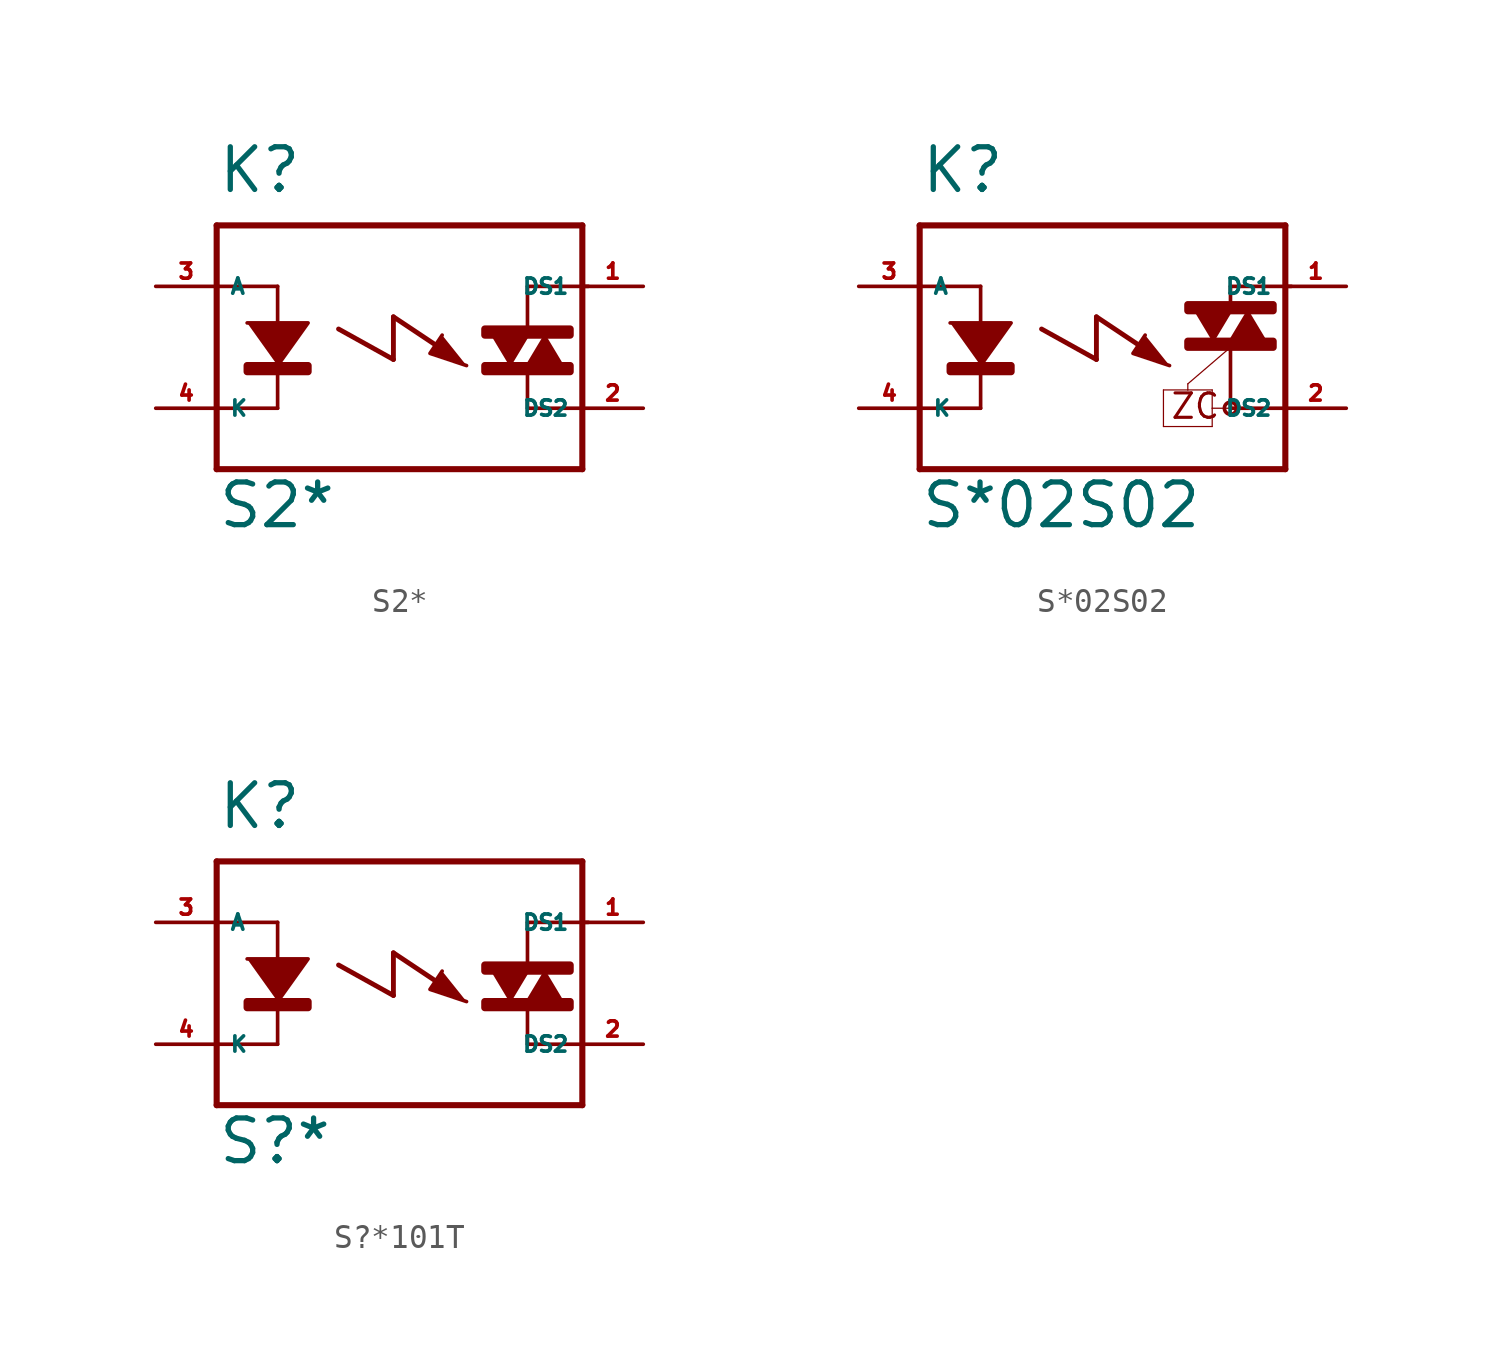
<source format=kicad_sym>
(kicad_symbol_lib
  (version 20220914)
  (generator Eagle2Kicad)
  (symbol "S2*"
    (property "Reference" "K"
      (at -7.62 6.35 0)
      (effects (font (size 1.778 1.778) (thickness 0.22)) (justify left bottom)))
    (property "Value" "S2*"
      (at -7.62 -7.62 0)
      (effects (font (size 1.778 1.778) (thickness 0.22)) (justify left bottom)))
    (polyline
      (pts (xy -6.35 1.016) (xy -3.81 1.016) (xy -5.08 -0.762))
      (stroke (width 0.152) (type default))
      (fill (type outline)))
    (polyline
      (pts (xy 6.096 0.508) (xy 5.334 -0.762) (xy 6.858 -0.762))
      (stroke (width 0.152) (type default))
      (fill (type outline)))
    (polyline
      (pts (xy 1.778 0.508) (xy 1.27 -0.254) (xy 2.794 -0.762))
      (stroke (width 0.152) (type default))
      (fill (type outline)))
    (polyline
      (pts (xy 4.572 -0.762) (xy 5.334 0.508) (xy 3.81 0.508))
      (stroke (width 0.152) (type default))
      (fill (type outline)))
    (polyline
      (pts (xy -5.08 2.54) (xy -5.08 -2.54))
      (stroke (width 0.152) (type default))
      (fill (type none)))
    (polyline
      (pts (xy -7.62 5.08) (xy -7.62 2.54))
      (stroke (width 0.254) (type default))
      (fill (type none)))
    (polyline
      (pts (xy -7.62 2.54) (xy -7.62 -2.54))
      (stroke (width 0.254) (type default))
      (fill (type none)))
    (polyline
      (pts (xy -7.62 -2.54) (xy -7.62 -5.08))
      (stroke (width 0.254) (type default))
      (fill (type none)))
    (polyline
      (pts (xy -7.62 -5.08) (xy 7.62 -5.08))
      (stroke (width 0.254) (type default))
      (fill (type none)))
    (polyline
      (pts (xy 5.334 2.54) (xy 7.874 2.54))
      (stroke (width 0.152) (type default))
      (fill (type none)))
    (polyline
      (pts (xy 5.334 -2.54) (xy 7.62 -2.54))
      (stroke (width 0.152) (type default))
      (fill (type none)))
    (polyline
      (pts (xy 7.62 -5.08) (xy 7.62 5.08))
      (stroke (width 0.254) (type default))
      (fill (type none)))
    (polyline
      (pts (xy 7.62 5.08) (xy -7.62 5.08))
      (stroke (width 0.254) (type default))
      (fill (type none)))
    (polyline
      (pts (xy 5.334 2.54) (xy 5.334 0.762))
      (stroke (width 0.152) (type default))
      (fill (type none)))
    (polyline
      (pts (xy 5.334 -1.016) (xy 5.334 -2.54))
      (stroke (width 0.152) (type default))
      (fill (type none)))
    (polyline
      (pts (xy -5.08 2.54) (xy -7.62 2.54))
      (stroke (width 0.152) (type default))
      (fill (type none)))
    (polyline
      (pts (xy -5.08 -2.54) (xy -7.62 -2.54))
      (stroke (width 0.152) (type default))
      (fill (type none)))
    (polyline
      (pts (xy -2.54 0.762) (xy -0.254 -0.508))
      (stroke (width 0.203) (type default))
      (fill (type none)))
    (polyline
      (pts (xy -0.254 -0.508) (xy -0.254 1.27))
      (stroke (width 0.203) (type default))
      (fill (type none)))
    (polyline
      (pts (xy -0.254 1.27) (xy 1.651 0))
      (stroke (width 0.203) (type default))
      (fill (type none)))
    (rectangle
      (start -6.35 -1.016)
      (end -3.81 -0.762)
      (stroke (width 0.3) (type default))
      (fill (type outline)))
    (rectangle
      (start 3.556 0.508)
      (end 7.112 0.762)
      (stroke (width 0.3) (type default))
      (fill (type outline)))
    (rectangle
      (start 3.556 -1.016)
      (end 7.112 -0.762)
      (stroke (width 0.3) (type default))
      (fill (type outline)))
    (pin passive line
      (at -10.16 2.54 0)
      (length 2.54)
      (name "A" (effects (font (size 0.635 0.635) (thickness 0.08)) (justify left bottom)))
      (number "3" (effects (font (size 0.635 0.635) (thickness 0.08)) (justify left bottom))))
    (pin passive line
      (at -10.16 -2.54 0)
      (length 2.54)
      (name "K" (effects (font (size 0.635 0.635) (thickness 0.08)) (justify left bottom)))
      (number "4" (effects (font (size 0.635 0.635) (thickness 0.08)) (justify left bottom))))
    (pin passive line
      (at 10.16 2.54 180)
      (length 2.54)
      (name "DS1" (effects (font (size 0.635 0.635) (thickness 0.08)) (justify left bottom)))
      (number "1" (effects (font (size 0.635 0.635) (thickness 0.08)) (justify left bottom))))
    (pin passive line
      (at 10.16 -2.54 180)
      (length 2.54)
      (name "DS2" (effects (font (size 0.635 0.635) (thickness 0.08)) (justify left bottom)))
      (number "2" (effects (font (size 0.635 0.635) (thickness 0.08)) (justify left bottom)))))
  (symbol "S*02S02"
    (property "Reference" "K"
      (at -7.62 6.35 0)
      (effects (font (size 1.778 1.778) (thickness 0.22)) (justify left bottom)))
    (property "Value" "S*02S02"
      (at -7.62 -7.62 0)
      (effects (font (size 1.778 1.778) (thickness 0.22)) (justify left bottom)))
    (polyline
      (pts (xy -6.35 1.016) (xy -3.81 1.016) (xy -5.08 -0.762))
      (stroke (width 0.152) (type default))
      (fill (type outline)))
    (polyline
      (pts (xy 6.096 1.524) (xy 5.334 0.254) (xy 6.858 0.254))
      (stroke (width 0.152) (type default))
      (fill (type outline)))
    (polyline
      (pts (xy 1.778 0.508) (xy 1.27 -0.254) (xy 2.794 -0.762))
      (stroke (width 0.152) (type default))
      (fill (type outline)))
    (polyline
      (pts (xy 4.572 0.254) (xy 5.334 1.524) (xy 3.81 1.524))
      (stroke (width 0.152) (type default))
      (fill (type outline)))
    (polyline
      (pts (xy -5.08 2.54) (xy -5.08 -2.54))
      (stroke (width 0.152) (type default))
      (fill (type none)))
    (polyline
      (pts (xy -7.62 5.08) (xy -7.62 2.54))
      (stroke (width 0.254) (type default))
      (fill (type none)))
    (polyline
      (pts (xy -7.62 2.54) (xy -7.62 -2.54))
      (stroke (width 0.254) (type default))
      (fill (type none)))
    (polyline
      (pts (xy -7.62 -2.54) (xy -7.62 -5.08))
      (stroke (width 0.254) (type default))
      (fill (type none)))
    (polyline
      (pts (xy -7.62 -5.08) (xy 7.62 -5.08))
      (stroke (width 0.254) (type default))
      (fill (type none)))
    (polyline
      (pts (xy 5.334 2.54) (xy 7.874 2.54))
      (stroke (width 0.152) (type default))
      (fill (type none)))
    (polyline
      (pts (xy 5.334 -2.54) (xy 7.62 -2.54))
      (stroke (width 0.152) (type default))
      (fill (type none)))
    (polyline
      (pts (xy 7.62 -5.08) (xy 7.62 5.08))
      (stroke (width 0.254) (type default))
      (fill (type none)))
    (polyline
      (pts (xy 7.62 5.08) (xy -7.62 5.08))
      (stroke (width 0.254) (type default))
      (fill (type none)))
    (polyline
      (pts (xy 5.334 2.54) (xy 5.334 1.778))
      (stroke (width 0.152) (type default))
      (fill (type none)))
    (polyline
      (pts (xy 5.334 0) (xy 5.334 -2.54))
      (stroke (width 0.152) (type default))
      (fill (type none)))
    (polyline
      (pts (xy -5.08 2.54) (xy -7.62 2.54))
      (stroke (width 0.152) (type default))
      (fill (type none)))
    (polyline
      (pts (xy -5.08 -2.54) (xy -7.62 -2.54))
      (stroke (width 0.152) (type default))
      (fill (type none)))
    (polyline
      (pts (xy -2.54 0.762) (xy -0.254 -0.508))
      (stroke (width 0.203) (type default))
      (fill (type none)))
    (polyline
      (pts (xy -0.254 -0.508) (xy -0.254 1.27))
      (stroke (width 0.203) (type default))
      (fill (type none)))
    (polyline
      (pts (xy -0.254 1.27) (xy 1.651 0))
      (stroke (width 0.203) (type default))
      (fill (type none)))
    (polyline
      (pts (xy 5.334 0) (xy 3.556 -1.524))
      (stroke (width 0.051) (type default))
      (fill (type none)))
    (polyline
      (pts (xy 3.556 -1.524) (xy 3.556 -1.778))
      (stroke (width 0.051) (type default))
      (fill (type none)))
    (polyline
      (pts (xy 3.556 -1.778) (xy 2.54 -1.778))
      (stroke (width 0.051) (type default))
      (fill (type none)))
    (polyline
      (pts (xy 2.54 -1.778) (xy 2.54 -3.302))
      (stroke (width 0.051) (type default))
      (fill (type none)))
    (polyline
      (pts (xy 2.54 -3.302) (xy 4.572 -3.302))
      (stroke (width 0.051) (type default))
      (fill (type none)))
    (polyline
      (pts (xy 4.572 -3.302) (xy 4.572 -2.54))
      (stroke (width 0.051) (type default))
      (fill (type none)))
    (polyline
      (pts (xy 4.572 -2.54) (xy 4.572 -1.778))
      (stroke (width 0.051) (type default))
      (fill (type none)))
    (polyline
      (pts (xy 4.572 -1.778) (xy 3.556 -1.778))
      (stroke (width 0.051) (type default))
      (fill (type none)))
    (polyline
      (pts (xy 4.572 -2.54) (xy 5.334 -2.54))
      (stroke (width 0.051) (type default))
      (fill (type none)))
    (text "ZC"
      (at 2.794 -3.048 0)
      (effects (font (size 1.016 1.016) (thickness 0.13)) (justify left bottom)))
    (circle
      (center 5.334 -2.54)
      (radius 0.254)
      (stroke (width 0) (type default))
      (fill (type none)))
    (rectangle
      (start -6.35 -1.016)
      (end -3.81 -0.762)
      (stroke (width 0.3) (type default))
      (fill (type outline)))
    (rectangle
      (start 3.556 1.524)
      (end 7.112 1.778)
      (stroke (width 0.3) (type default))
      (fill (type outline)))
    (rectangle
      (start 3.556 0)
      (end 7.112 0.254)
      (stroke (width 0.3) (type default))
      (fill (type outline)))
    (pin passive line
      (at -10.16 2.54 0)
      (length 2.54)
      (name "A" (effects (font (size 0.635 0.635) (thickness 0.08)) (justify left bottom)))
      (number "3" (effects (font (size 0.635 0.635) (thickness 0.08)) (justify left bottom))))
    (pin passive line
      (at -10.16 -2.54 0)
      (length 2.54)
      (name "K" (effects (font (size 0.635 0.635) (thickness 0.08)) (justify left bottom)))
      (number "4" (effects (font (size 0.635 0.635) (thickness 0.08)) (justify left bottom))))
    (pin passive line
      (at 10.16 2.54 180)
      (length 2.54)
      (name "DS1" (effects (font (size 0.635 0.635) (thickness 0.08)) (justify left bottom)))
      (number "1" (effects (font (size 0.635 0.635) (thickness 0.08)) (justify left bottom))))
    (pin passive line
      (at 10.16 -2.54 180)
      (length 2.54)
      (name "DS2" (effects (font (size 0.635 0.635) (thickness 0.08)) (justify left bottom)))
      (number "2" (effects (font (size 0.635 0.635) (thickness 0.08)) (justify left bottom)))))
  (symbol "S?*101T"
    (property "Reference" "K"
      (at -7.62 6.35 0)
      (effects (font (size 1.778 1.778) (thickness 0.22)) (justify left bottom)))
    (property "Value" "S?*"
      (at -7.62 -7.62 0)
      (effects (font (size 1.778 1.778) (thickness 0.22)) (justify left bottom)))
    (polyline
      (pts (xy -6.35 1.016) (xy -3.81 1.016) (xy -5.08 -0.762))
      (stroke (width 0.152) (type default))
      (fill (type outline)))
    (polyline
      (pts (xy 6.096 0.508) (xy 5.334 -0.762) (xy 6.858 -0.762))
      (stroke (width 0.152) (type default))
      (fill (type outline)))
    (polyline
      (pts (xy 1.778 0.508) (xy 1.27 -0.254) (xy 2.794 -0.762))
      (stroke (width 0.152) (type default))
      (fill (type outline)))
    (polyline
      (pts (xy 4.572 -0.762) (xy 5.334 0.508) (xy 3.81 0.508))
      (stroke (width 0.152) (type default))
      (fill (type outline)))
    (polyline
      (pts (xy -5.08 2.54) (xy -5.08 -2.54))
      (stroke (width 0.152) (type default))
      (fill (type none)))
    (polyline
      (pts (xy -7.62 5.08) (xy -7.62 2.54))
      (stroke (width 0.254) (type default))
      (fill (type none)))
    (polyline
      (pts (xy -7.62 2.54) (xy -7.62 -2.54))
      (stroke (width 0.254) (type default))
      (fill (type none)))
    (polyline
      (pts (xy -7.62 -2.54) (xy -7.62 -5.08))
      (stroke (width 0.254) (type default))
      (fill (type none)))
    (polyline
      (pts (xy -7.62 -5.08) (xy 7.62 -5.08))
      (stroke (width 0.254) (type default))
      (fill (type none)))
    (polyline
      (pts (xy 5.334 2.54) (xy 7.874 2.54))
      (stroke (width 0.152) (type default))
      (fill (type none)))
    (polyline
      (pts (xy 5.334 -2.54) (xy 7.62 -2.54))
      (stroke (width 0.152) (type default))
      (fill (type none)))
    (polyline
      (pts (xy 7.62 -5.08) (xy 7.62 5.08))
      (stroke (width 0.254) (type default))
      (fill (type none)))
    (polyline
      (pts (xy 7.62 5.08) (xy -7.62 5.08))
      (stroke (width 0.254) (type default))
      (fill (type none)))
    (polyline
      (pts (xy 5.334 2.54) (xy 5.334 0.762))
      (stroke (width 0.152) (type default))
      (fill (type none)))
    (polyline
      (pts (xy 5.334 -1.016) (xy 5.334 -2.54))
      (stroke (width 0.152) (type default))
      (fill (type none)))
    (polyline
      (pts (xy -5.08 2.54) (xy -7.62 2.54))
      (stroke (width 0.152) (type default))
      (fill (type none)))
    (polyline
      (pts (xy -5.08 -2.54) (xy -7.62 -2.54))
      (stroke (width 0.152) (type default))
      (fill (type none)))
    (polyline
      (pts (xy -2.54 0.762) (xy -0.254 -0.508))
      (stroke (width 0.203) (type default))
      (fill (type none)))
    (polyline
      (pts (xy -0.254 -0.508) (xy -0.254 1.27))
      (stroke (width 0.203) (type default))
      (fill (type none)))
    (polyline
      (pts (xy -0.254 1.27) (xy 1.651 0))
      (stroke (width 0.203) (type default))
      (fill (type none)))
    (rectangle
      (start -6.35 -1.016)
      (end -3.81 -0.762)
      (stroke (width 0.3) (type default))
      (fill (type outline)))
    (rectangle
      (start 3.556 0.508)
      (end 7.112 0.762)
      (stroke (width 0.3) (type default))
      (fill (type outline)))
    (rectangle
      (start 3.556 -1.016)
      (end 7.112 -0.762)
      (stroke (width 0.3) (type default))
      (fill (type outline)))
    (pin passive line
      (at -10.16 2.54 0)
      (length 2.54)
      (name "A" (effects (font (size 0.635 0.635) (thickness 0.08)) (justify left bottom)))
      (number "3" (effects (font (size 0.635 0.635) (thickness 0.08)) (justify left bottom))))
    (pin passive line
      (at -10.16 -2.54 0)
      (length 2.54)
      (name "K" (effects (font (size 0.635 0.635) (thickness 0.08)) (justify left bottom)))
      (number "4" (effects (font (size 0.635 0.635) (thickness 0.08)) (justify left bottom))))
    (pin passive line
      (at 10.16 2.54 180)
      (length 2.54)
      (name "DS1" (effects (font (size 0.635 0.635) (thickness 0.08)) (justify left bottom)))
      (number "1" (effects (font (size 0.635 0.635) (thickness 0.08)) (justify left bottom))))
    (pin passive line
      (at 10.16 -2.54 180)
      (length 2.54)
      (name "DS2" (effects (font (size 0.635 0.635) (thickness 0.08)) (justify left bottom)))
      (number "2" (effects (font (size 0.635 0.635) (thickness 0.08)) (justify left bottom))))))
</source>
